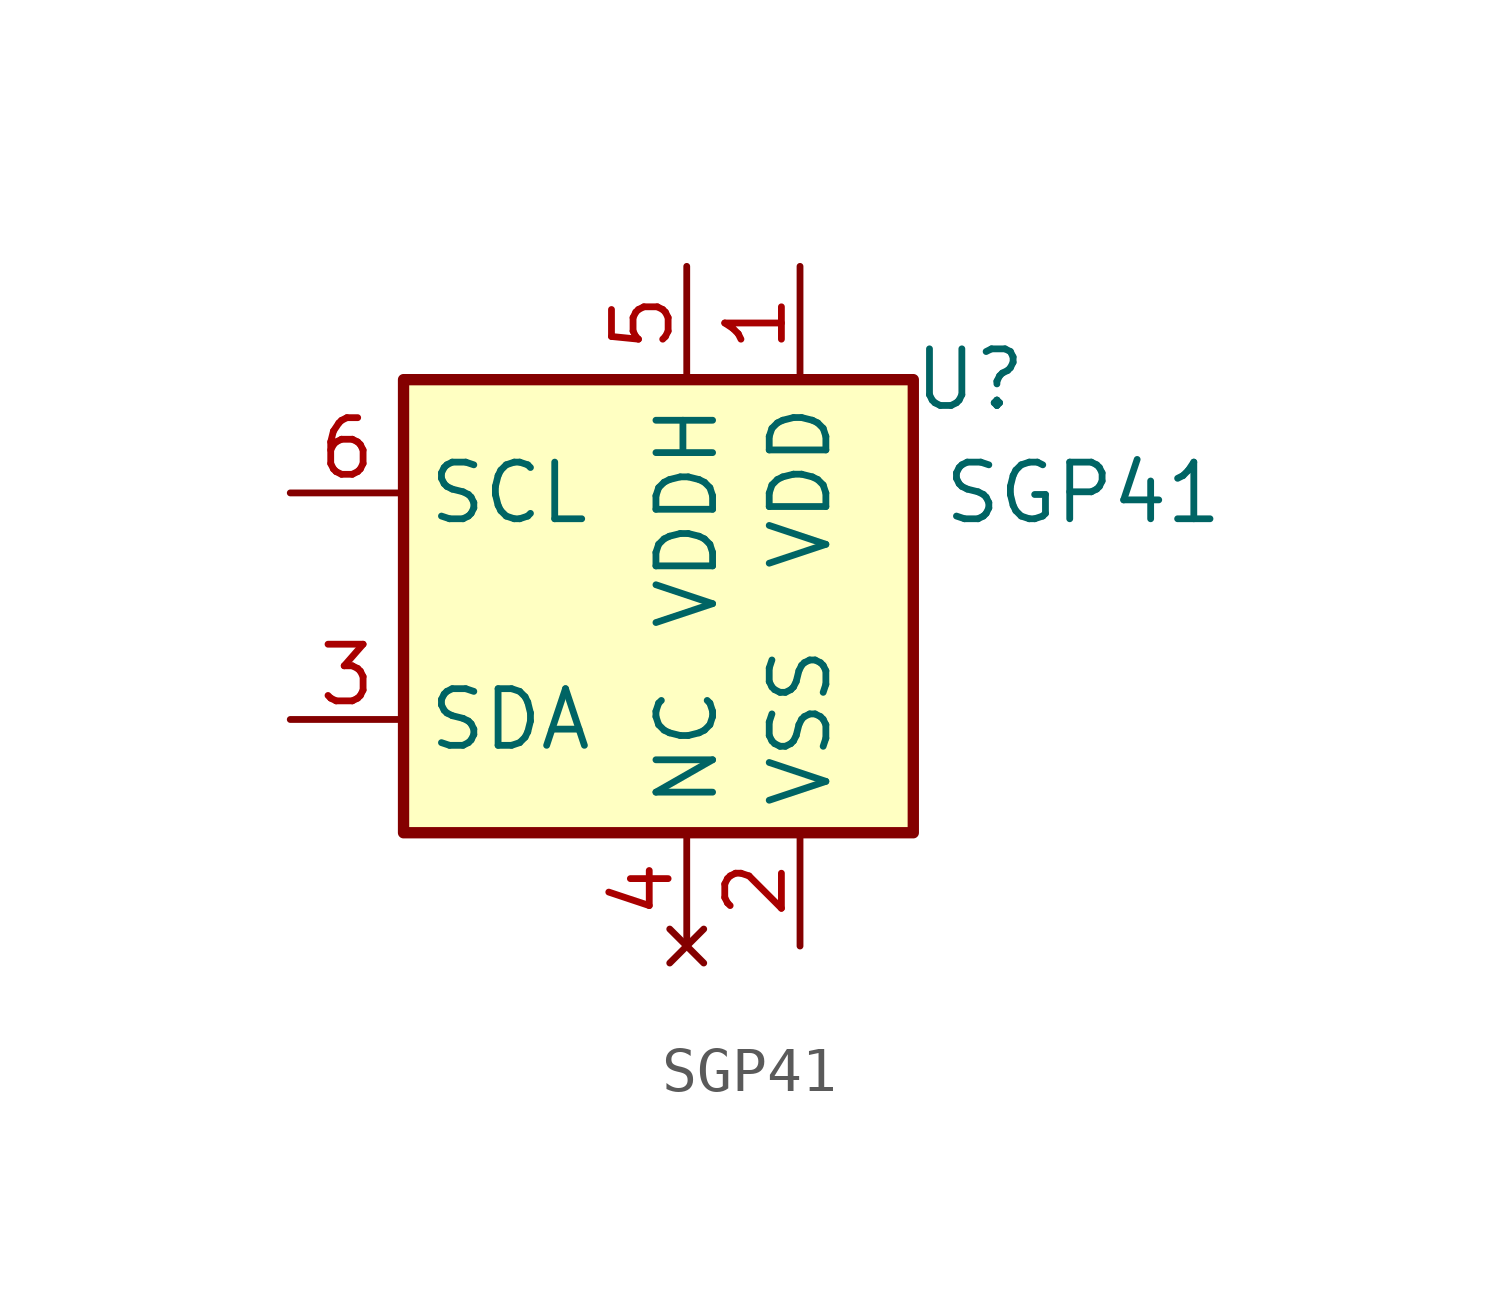
<source format=kicad_sym>
(kicad_symbol_lib
  (version 20220914)
  (generator kicad_symbol_editor)
  (symbol "SGP41"
    (property "Reference" "U"
      (at 6.35 5.08 0)
      (effects (font (size 1.27 1.27))))
    (property "Value" "SGP41"
      (at 8.89 2.54 0)
      (effects (font (size 1.27 1.27))))
    (symbol "SGP41_1_1"
      (rectangle (start -6.35 5.08) (end 5.08 -5.08) (stroke (width 0.254) (type default)) (fill (type background)))
      (pin power_in line (at 2.54 7.62 270) (length 2.54) (name "VDD" (effects (font (size 1.27 1.27)))) (number "1" (effects (font (size 1.27 1.27)))))
      (pin power_in line (at 2.54 -7.62 90) (length 2.54) (name "VSS" (effects (font (size 1.27 1.27)))) (number "2" (effects (font (size 1.27 1.27)))))
      (pin bidirectional line (at -8.89 -2.54 0) (length 2.54) (name "SDA" (effects (font (size 1.27 1.27)))) (number "3" (effects (font (size 1.27 1.27)))))
      (pin no_connect line (at 0 -7.62 90) (length 2.54) (name "NC" (effects (font (size 1.27 1.27)))) (number "4" (effects (font (size 1.27 1.27)))))
      (pin power_in line (at 0 7.62 270) (length 2.54) (name "VDDH" (effects (font (size 1.27 1.27)))) (number "5" (effects (font (size 1.27 1.27)))))
      (pin input line (at -8.89 2.54 0) (length 2.54) (name "SCL" (effects (font (size 1.27 1.27)))) (number "6" (effects (font (size 1.27 1.27))))))))
</source>
